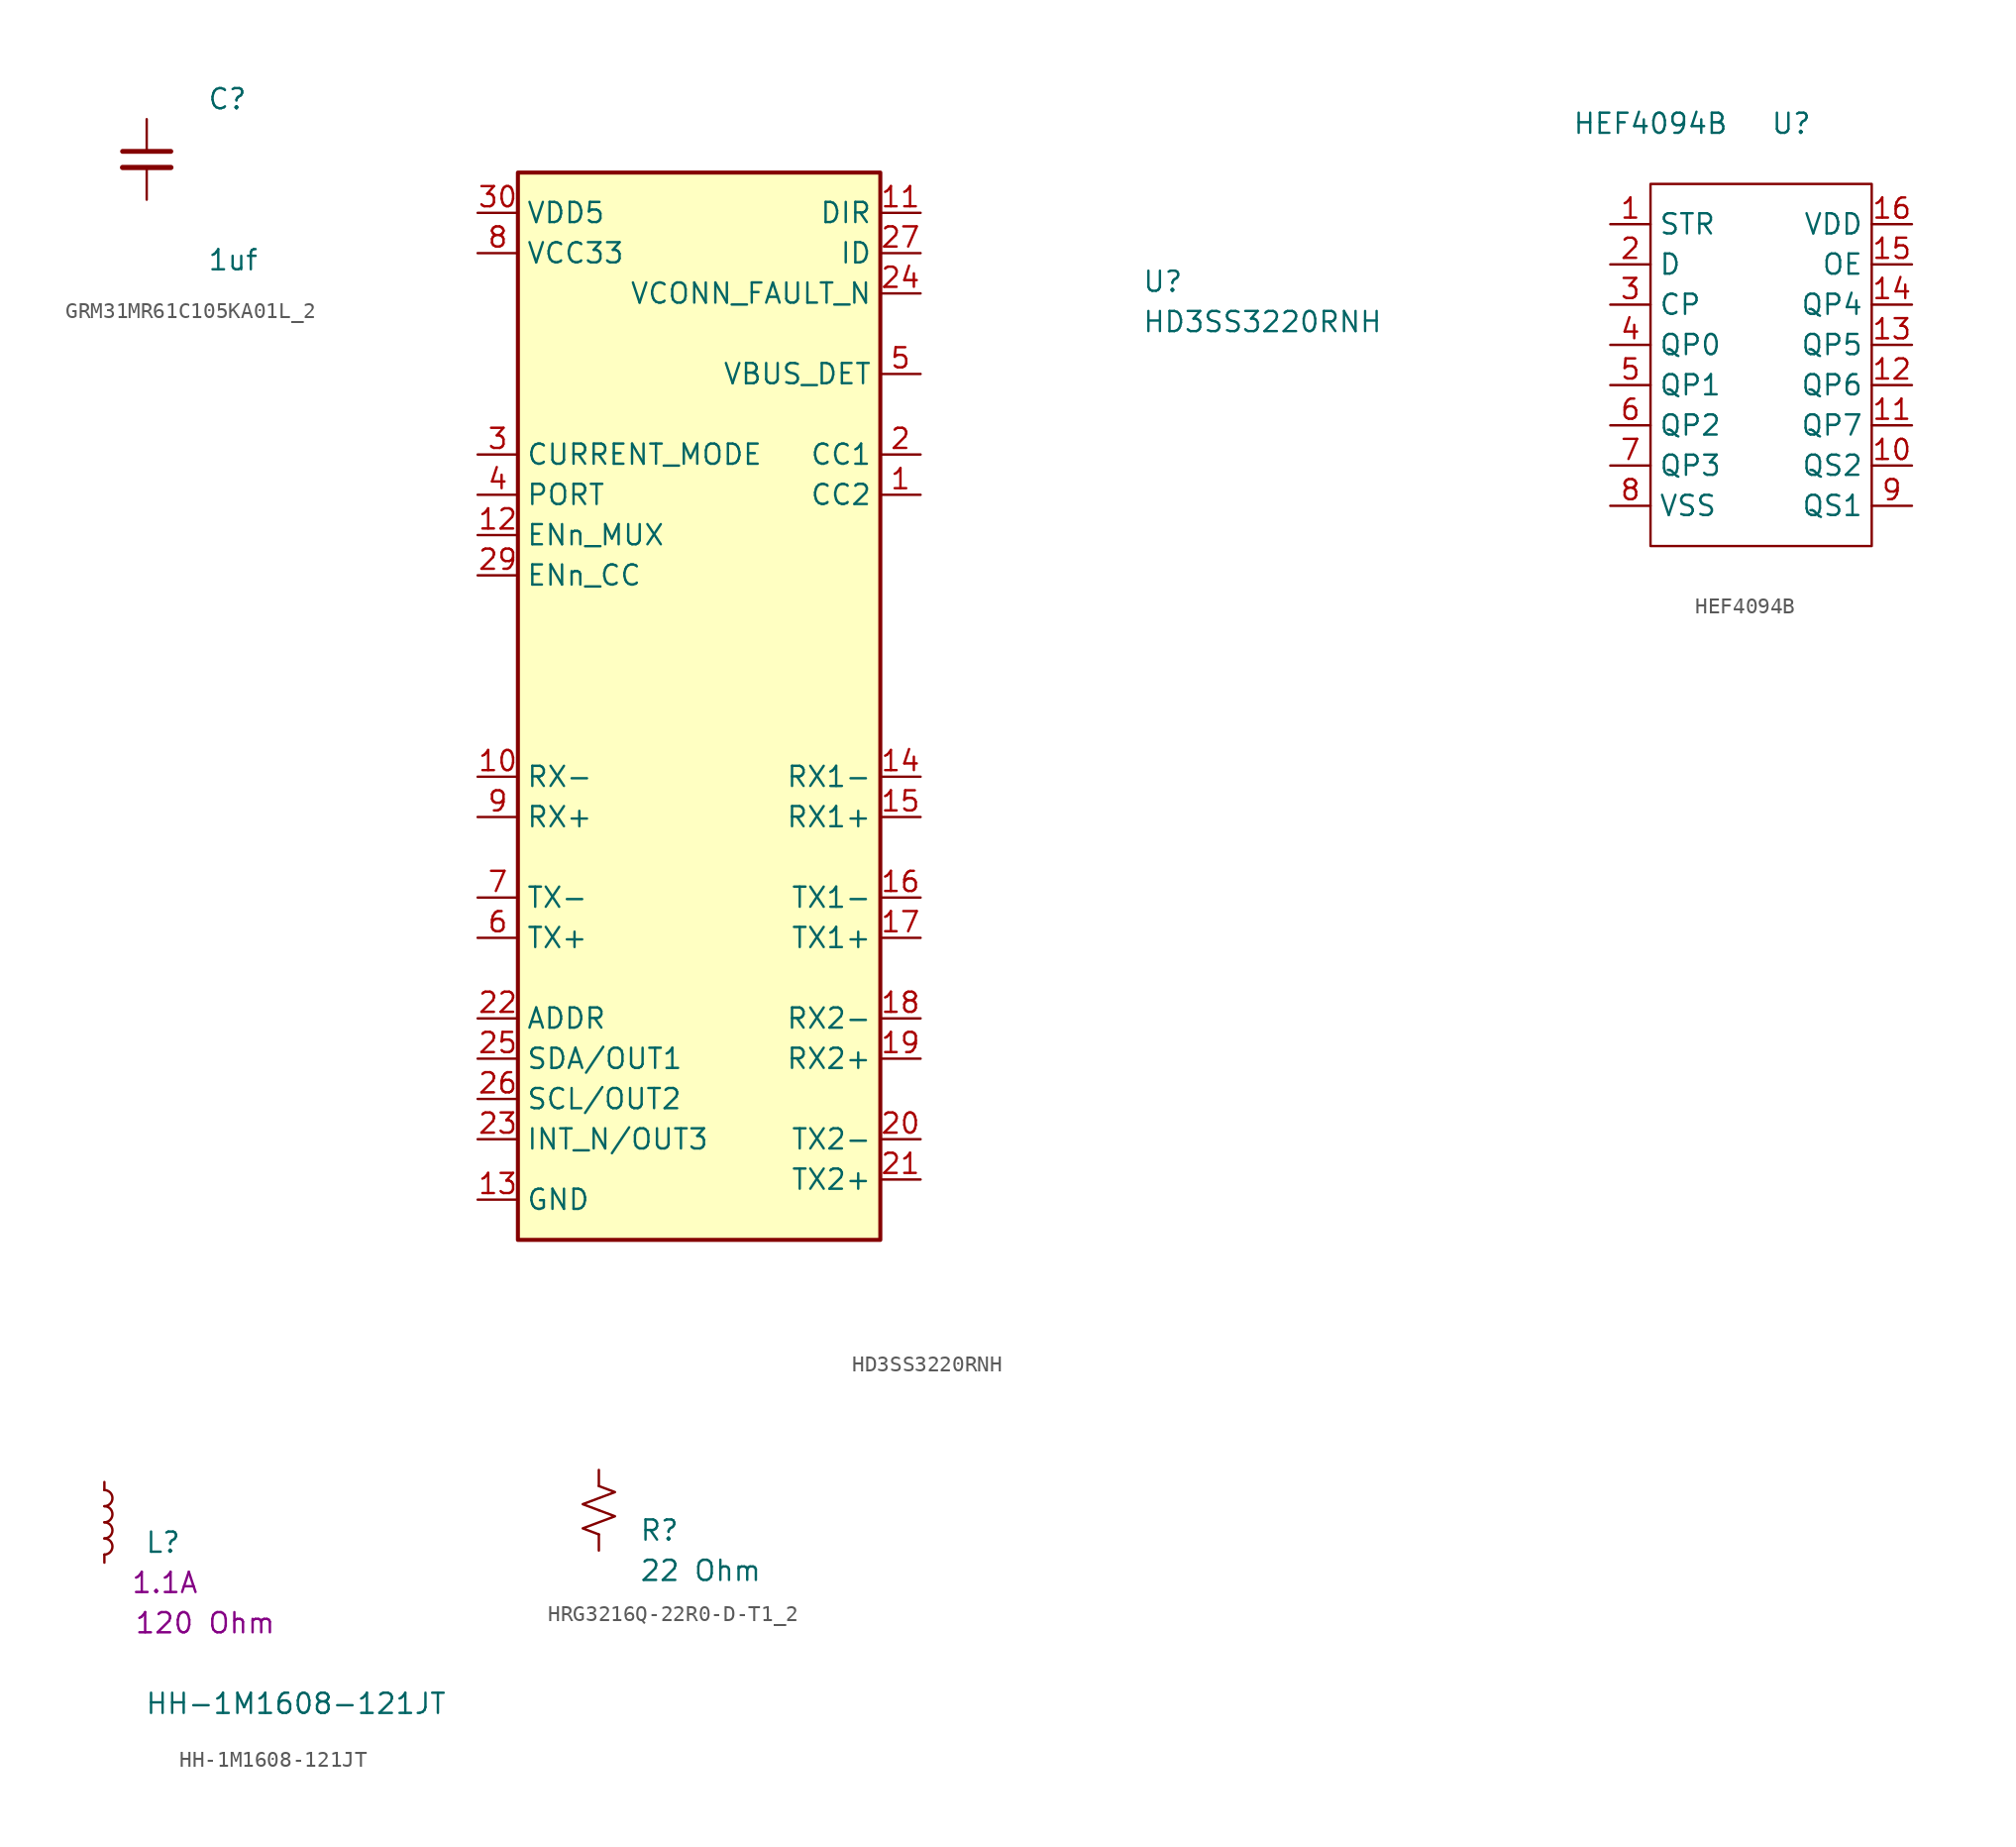
<source format=kicad_sym>
(kicad_symbol_lib
  (version 20231120)
  (generator "kicad_symbol_editor")
  (generator_version "8.0")
  (symbol "GRM31MR61C105KA01L_2"
    (pin_numbers hide)
    (pin_names
      (offset 0.254))
    (property "Reference" "C"
      (at 3.81 3.81 0)
      (effects (font (size 1.27 1.27)) (justify left)))
    (property "Value" "1uf"
      (at 3.81 -6.35 0)
      (effects (font (size 1.27 1.27)) (justify left)))
    (symbol "GRM31MR61C105KA01L_2_1_1"
      (polyline (pts (xy -1.524 -0.508) (xy 1.524 -0.508)) (stroke (width 0.33) (type default)) (fill (type none)))
      (polyline (pts (xy -1.524 0.508) (xy 1.524 0.508)) (stroke (width 0.305) (type default)) (fill (type none)))
      (pin passive line (at 0 2.54 270) (length 2.032) (name "~" (effects (font (size 1.27 1.27)))) (number "1" (effects (font (size 1.27 1.27)))))
      (pin passive line (at 0 -2.54 90) (length 2.032) (name "~" (effects (font (size 1.27 1.27)))) (number "2" (effects (font (size 1.27 1.27)))))))
  (symbol "HD3SS3220RNH"
    (property "Reference" "U"
      (at 41.91 -5.08 0)
      (effects (font (size 1.27 1.27) (thickness 0.15)) (justify left bottom)))
    (property "Value" "HD3SS3220RNH"
      (at 41.91 -7.62 0)
      (effects (font (size 1.27 1.27) (thickness 0.15)) (justify left bottom)))
    (symbol "HD3SS3220RNH_1_1"
      (rectangle (start 2.54 2.54) (end 25.4 -64.77) (stroke (width 0.254) (type default)) (fill (type background)))
      (pin passive line (at 27.94 -17.78 180) (length 2.54) (name "CC2" (effects (font (size 1.27 1.27)))) (number "1" (effects (font (size 1.27 1.27)))))
      (pin passive line (at 0 -35.56 0) (length 2.54) (name "RX-" (effects (font (size 1.27 1.27)))) (number "10" (effects (font (size 1.27 1.27)))))
      (pin passive line (at 27.94 0 180) (length 2.54) (name "DIR" (effects (font (size 1.27 1.27)))) (number "11" (effects (font (size 1.27 1.27)))))
      (pin passive line (at 0 -20.32 0) (length 2.54) (name "ENn_MUX" (effects (font (size 1.27 1.27)))) (number "12" (effects (font (size 1.27 1.27)))))
      (pin passive line (at 0 -62.23 0) (length 2.54) (name "GND" (effects (font (size 1.27 1.27)))) (number "13" (effects (font (size 1.27 1.27)))))
      (pin passive line (at 27.94 -35.56 180) (length 2.54) (name "RX1-" (effects (font (size 1.27 1.27)))) (number "14" (effects (font (size 1.27 1.27)))))
      (pin passive line (at 27.94 -38.1 180) (length 2.54) (name "RX1+" (effects (font (size 1.27 1.27)))) (number "15" (effects (font (size 1.27 1.27)))))
      (pin passive line (at 27.94 -43.18 180) (length 2.54) (name "TX1-" (effects (font (size 1.27 1.27)))) (number "16" (effects (font (size 1.27 1.27)))))
      (pin passive line (at 27.94 -45.72 180) (length 2.54) (name "TX1+" (effects (font (size 1.27 1.27)))) (number "17" (effects (font (size 1.27 1.27)))))
      (pin passive line (at 27.94 -50.8 180) (length 2.54) (name "RX2-" (effects (font (size 1.27 1.27)))) (number "18" (effects (font (size 1.27 1.27)))))
      (pin passive line (at 27.94 -53.34 180) (length 2.54) (name "RX2+" (effects (font (size 1.27 1.27)))) (number "19" (effects (font (size 1.27 1.27)))))
      (pin passive line (at 27.94 -15.24 180) (length 2.54) (name "CC1" (effects (font (size 1.27 1.27)))) (number "2" (effects (font (size 1.27 1.27)))))
      (pin passive line (at 27.94 -58.42 180) (length 2.54) (name "TX2-" (effects (font (size 1.27 1.27)))) (number "20" (effects (font (size 1.27 1.27)))))
      (pin passive line (at 27.94 -60.96 180) (length 2.54) (name "TX2+" (effects (font (size 1.27 1.27)))) (number "21" (effects (font (size 1.27 1.27)))))
      (pin passive line (at 0 -50.8 0) (length 2.54) (name "ADDR" (effects (font (size 1.27 1.27)))) (number "22" (effects (font (size 1.27 1.27)))))
      (pin passive line (at 0 -58.42 0) (length 2.54) (name "INT_N/OUT3" (effects (font (size 1.27 1.27)))) (number "23" (effects (font (size 1.27 1.27)))))
      (pin passive line (at 27.94 -5.08 180) (length 2.54) (name "VCONN_FAULT_N" (effects (font (size 1.27 1.27)))) (number "24" (effects (font (size 1.27 1.27)))))
      (pin passive line (at 0 -53.34 0) (length 2.54) (name "SDA/OUT1" (effects (font (size 1.27 1.27)))) (number "25" (effects (font (size 1.27 1.27)))))
      (pin passive line (at 0 -55.88 0) (length 2.54) (name "SCL/OUT2" (effects (font (size 1.27 1.27)))) (number "26" (effects (font (size 1.27 1.27)))))
      (pin passive line (at 27.94 -2.54 180) (length 2.54) (name "ID" (effects (font (size 1.27 1.27)))) (number "27" (effects (font (size 1.27 1.27)))))
      (pin passive line (at 0 -62.23 0) (length 2.54) hide (name "GND" (effects (font (size 1.27 1.27)))) (number "28" (effects (font (size 1.27 1.27)))))
      (pin passive line (at 0 -22.86 0) (length 2.54) (name "ENn_CC" (effects (font (size 1.27 1.27)))) (number "29" (effects (font (size 1.27 1.27)))))
      (pin passive line (at 0 -15.24 0) (length 2.54) (name "CURRENT_MODE" (effects (font (size 1.27 1.27)))) (number "3" (effects (font (size 1.27 1.27)))))
      (pin passive line (at 0 0 0) (length 2.54) (name "VDD5" (effects (font (size 1.27 1.27)))) (number "30" (effects (font (size 1.27 1.27)))))
      (pin passive line (at 0 -62.23 0) (length 2.54) hide (name "GND" (effects (font (size 1.27 1.27)))) (number "31" (effects (font (size 1.27 1.27)))))
      (pin passive line (at 0 -17.78 0) (length 2.54) (name "PORT" (effects (font (size 1.27 1.27)))) (number "4" (effects (font (size 1.27 1.27)))))
      (pin passive line (at 27.94 -10.16 180) (length 2.54) (name "VBUS_DET" (effects (font (size 1.27 1.27)))) (number "5" (effects (font (size 1.27 1.27)))))
      (pin passive line (at 0 -45.72 0) (length 2.54) (name "TX+" (effects (font (size 1.27 1.27)))) (number "6" (effects (font (size 1.27 1.27)))))
      (pin passive line (at 0 -43.18 0) (length 2.54) (name "TX-" (effects (font (size 1.27 1.27)))) (number "7" (effects (font (size 1.27 1.27)))))
      (pin passive line (at 0 -2.54 0) (length 2.54) (name "VCC33" (effects (font (size 1.27 1.27)))) (number "8" (effects (font (size 1.27 1.27)))))
      (pin passive line (at 0 -38.1 0) (length 2.54) (name "RX+" (effects (font (size 1.27 1.27)))) (number "9" (effects (font (size 1.27 1.27)))))))
  (symbol "HEF4094B"
    (property "Reference" "U"
      (at 8.89 6.35 0)
      (effects (font (size 1.27 1.27))))
    (property "Value" "HEF4094B"
      (at 0 6.35 0)
      (effects (font (size 1.27 1.27))))
    (symbol "HEF4094B_0_1"
      (rectangle (start 0 2.54) (end 13.97 -20.32) (stroke (width 0.152) (type default)) (fill (type none))))
    (symbol "HEF4094B_1_1"
      (pin input line (at -2.54 0 0) (length 2.54) (name "STR" (effects (font (size 1.27 1.27)))) (number "1" (effects (font (size 1.27 1.27)))))
      (pin input line (at 16.51 -15.24 180) (length 2.54) (name "QS2" (effects (font (size 1.27 1.27)))) (number "10" (effects (font (size 1.27 1.27)))))
      (pin input line (at 16.51 -12.7 180) (length 2.54) (name "QP7" (effects (font (size 1.27 1.27)))) (number "11" (effects (font (size 1.27 1.27)))))
      (pin input line (at 16.51 -10.16 180) (length 2.54) (name "QP6" (effects (font (size 1.27 1.27)))) (number "12" (effects (font (size 1.27 1.27)))))
      (pin input line (at 16.51 -7.62 180) (length 2.54) (name "QP5" (effects (font (size 1.27 1.27)))) (number "13" (effects (font (size 1.27 1.27)))))
      (pin input line (at 16.51 -5.08 180) (length 2.54) (name "QP4" (effects (font (size 1.27 1.27)))) (number "14" (effects (font (size 1.27 1.27)))))
      (pin input line (at 16.51 -2.54 180) (length 2.54) (name "OE" (effects (font (size 1.27 1.27)))) (number "15" (effects (font (size 1.27 1.27)))))
      (pin power_in line (at 16.51 0 180) (length 2.54) (name "VDD" (effects (font (size 1.27 1.27)))) (number "16" (effects (font (size 1.27 1.27)))))
      (pin input line (at -2.54 -2.54 0) (length 2.54) (name "D" (effects (font (size 1.27 1.27)))) (number "2" (effects (font (size 1.27 1.27)))))
      (pin input line (at -2.54 -5.08 0) (length 2.54) (name "CP" (effects (font (size 1.27 1.27)))) (number "3" (effects (font (size 1.27 1.27)))))
      (pin input line (at -2.54 -7.62 0) (length 2.54) (name "QP0" (effects (font (size 1.27 1.27)))) (number "4" (effects (font (size 1.27 1.27)))))
      (pin input line (at -2.54 -10.16 0) (length 2.54) (name "QP1" (effects (font (size 1.27 1.27)))) (number "5" (effects (font (size 1.27 1.27)))))
      (pin input line (at -2.54 -12.7 0) (length 2.54) (name "QP2" (effects (font (size 1.27 1.27)))) (number "6" (effects (font (size 1.27 1.27)))))
      (pin input line (at -2.54 -15.24 0) (length 2.54) (name "QP3" (effects (font (size 1.27 1.27)))) (number "7" (effects (font (size 1.27 1.27)))))
      (pin power_in line (at -2.54 -17.78 0) (length 2.54) (name "VSS" (effects (font (size 1.27 1.27)))) (number "8" (effects (font (size 1.27 1.27)))))
      (pin input line (at 16.51 -17.78 180) (length 2.54) (name "QS1" (effects (font (size 1.27 1.27)))) (number "9" (effects (font (size 1.27 1.27)))))))
  (symbol "HH-1M1608-121JT"
    (pin_numbers hide)
    (pin_names
      (offset 0.254) hide)
    (property "Reference" "L"
      (at 2.54 -1.27 0)
      (effects (font (size 1.27 1.27)) (justify left)))
    (property "Value" "HH-1M1608-121JT"
      (at 2.54 -11.43 0)
      (effects (font (size 1.27 1.27)) (justify left)))
    (property "i" "1.1A"
      (at 3.81 -3.81 0)
      (effects (font (size 1.27 1.27))))
    (property "r" "120 Ohm"
      (at 6.35 -6.35 0)
      (effects (font (size 1.27 1.27))))
    (symbol "HH-1M1608-121JT_0_1"
      (arc (start 0 -2.032) (mid 0.5058 -1.524) (end 0 -1.016) (stroke (width 0) (type default)) (fill (type none)))
      (arc (start 0 -1.016) (mid 0.5058 -0.508) (end 0 0) (stroke (width 0) (type default)) (fill (type none)))
      (arc (start 0 0) (mid 0.5058 0.508) (end 0 1.016) (stroke (width 0) (type default)) (fill (type none)))
      (arc (start 0 1.016) (mid 0.5058 1.524) (end 0 2.032) (stroke (width 0) (type default)) (fill (type none))))
    (symbol "HH-1M1608-121JT_1_1"
      (pin passive line (at 0 2.54 270) (length 0.508) (name "~" (effects (font (size 1.27 1.27)))) (number "1" (effects (font (size 1.27 1.27)))))
      (pin passive line (at 0 -2.54 90) (length 0.508) (name "~" (effects (font (size 1.27 1.27)))) (number "2" (effects (font (size 1.27 1.27)))))))
  (symbol "HRG3216Q-22R0-D-T1_2"
    (pin_numbers hide)
    (pin_names
      (offset 0.254) hide)
    (property "Reference" "R"
      (at 2.54 -1.27 0)
      (effects (font (size 1.27 1.27)) (justify left)))
    (property "Value" "22 Ohm"
      (at 2.54 -3.81 0)
      (effects (font (size 1.27 1.27)) (justify left)))
    (symbol "HRG3216Q-22R0-D-T1_2_1_1"
      (polyline (pts (xy 0 0) (xy 1.016 -0.381) (xy 0 -0.762) (xy -1.016 -1.143) (xy 0 -1.524)) (stroke (width 0) (type default)) (fill (type none)))
      (polyline (pts (xy 0 1.524) (xy 1.016 1.143) (xy 0 0.762) (xy -1.016 0.381) (xy 0 0)) (stroke (width 0) (type default)) (fill (type none)))
      (pin passive line (at 0 2.54 270) (length 1.016) (name "~" (effects (font (size 1.27 1.27)))) (number "1" (effects (font (size 1.27 1.27)))))
      (pin passive line (at 0 -2.54 90) (length 1.016) (name "~" (effects (font (size 1.27 1.27)))) (number "2" (effects (font (size 1.27 1.27))))))))
</source>
